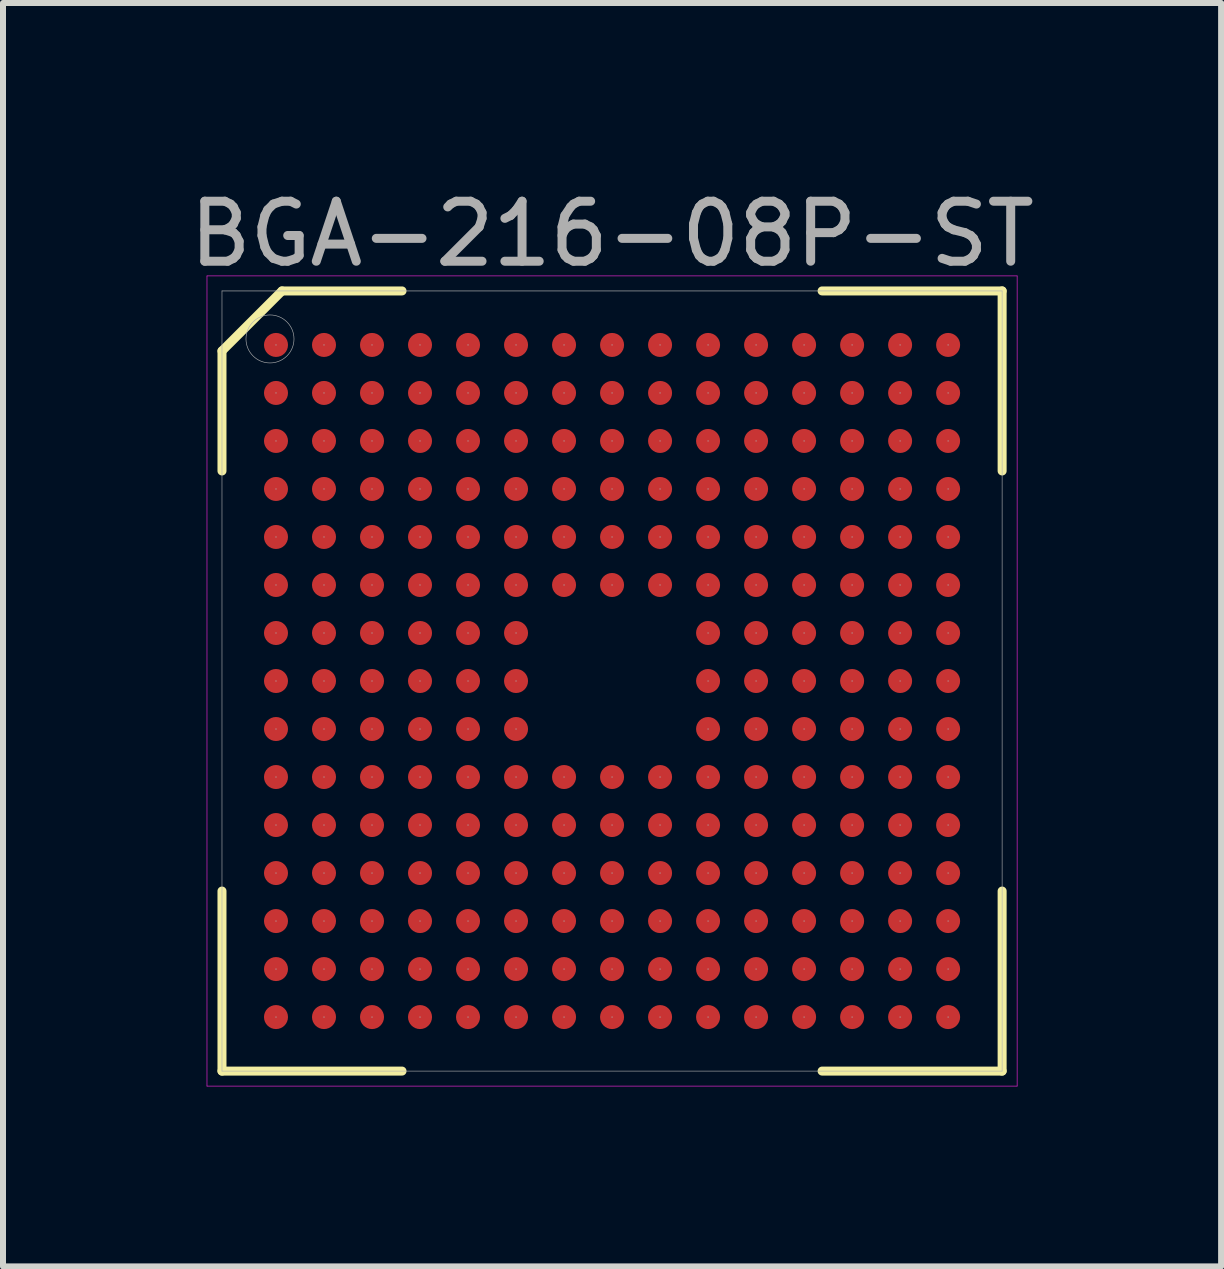
<source format=kicad_pcb>
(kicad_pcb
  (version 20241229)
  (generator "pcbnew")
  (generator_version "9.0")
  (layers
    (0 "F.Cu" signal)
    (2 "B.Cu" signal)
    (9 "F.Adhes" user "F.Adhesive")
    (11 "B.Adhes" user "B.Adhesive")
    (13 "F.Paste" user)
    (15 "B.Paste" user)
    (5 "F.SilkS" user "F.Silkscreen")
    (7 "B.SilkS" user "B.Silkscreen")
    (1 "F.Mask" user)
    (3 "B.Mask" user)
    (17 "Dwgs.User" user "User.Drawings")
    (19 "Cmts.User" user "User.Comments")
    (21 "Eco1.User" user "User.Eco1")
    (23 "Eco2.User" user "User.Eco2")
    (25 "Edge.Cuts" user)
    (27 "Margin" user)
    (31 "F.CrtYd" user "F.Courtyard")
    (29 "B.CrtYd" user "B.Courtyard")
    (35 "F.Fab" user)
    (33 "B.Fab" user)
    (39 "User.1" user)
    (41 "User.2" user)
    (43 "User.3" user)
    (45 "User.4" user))
  (footprint "BGA-216-08P-ST"
    (layer "F.Cu")
    (at 7.149 8.298)
    (property "Reference" "BGA-216-08P-ST" (at 0 -7.45 0) (layer "F.Fab") (effects (font (size 1 1) (thickness 0.15))))
    (attr through_hole)
    (fp_line (start -6.5 -5.5) (end -5.5 -6.5) (stroke (width 0.15) (type solid)) (layer "F.SilkS"))
    (fp_line (start -6.5 -3.5) (end -6.5 -5.5) (stroke (width 0.15) (type solid)) (layer "F.SilkS"))
    (fp_line (start -6.5 6.5) (end -6.5 3.5) (stroke (width 0.15) (type solid)) (layer "F.SilkS"))
    (fp_line (start -3.5 -6.5) (end -5.5 -6.5) (stroke (width 0.15) (type solid)) (layer "F.SilkS"))
    (fp_line (start -3.5 6.5) (end -6.5 6.5) (stroke (width 0.15) (type solid)) (layer "F.SilkS"))
    (fp_line (start 3.5 -6.5) (end 6.5 -6.5) (stroke (width 0.15) (type solid)) (layer "F.SilkS"))
    (fp_line (start 3.5 6.5) (end 6.5 6.5) (stroke (width 0.15) (type solid)) (layer "F.SilkS"))
    (fp_line (start 6.5 -6.5) (end 6.5 -3.5) (stroke (width 0.15) (type solid)) (layer "F.SilkS"))
    (fp_line (start 6.5 6.5) (end 6.5 3.5) (stroke (width 0.15) (type solid)) (layer "F.SilkS"))
    (fp_line (start -6.75 -6.75) (end 6.75 -6.75) (stroke (width 0.01) (type solid)) (layer "F.CrtYd"))
    (fp_line (start -6.75 6.75) (end -6.75 -6.75) (stroke (width 0.01) (type solid)) (layer "F.CrtYd"))
    (fp_line (start 6.75 -6.75) (end 6.75 6.75) (stroke (width 0.01) (type solid)) (layer "F.CrtYd"))
    (fp_line (start 6.75 6.75) (end -6.75 6.75) (stroke (width 0.01) (type solid)) (layer "F.CrtYd"))
    (fp_line (start -6.5 -6.5) (end 6.5 -6.5) (stroke (width 0.01) (type solid)) (layer "F.Fab"))
    (fp_line (start -6.5 6.5) (end -6.5 -6.5) (stroke (width 0.01) (type solid)) (layer "F.Fab"))
    (fp_line (start 6.5 -6.5) (end 6.5 6.5) (stroke (width 0.01) (type solid)) (layer "F.Fab"))
    (fp_line (start 6.5 6.5) (end -6.5 6.5) (stroke (width 0.01) (type solid)) (layer "F.Fab"))
    (fp_circle (center -5.7 -5.7) (end -5.7 -5.3) (stroke (width 0.01) (type solid)) (fill no) (layer "F.Fab"))
    (fp_circle (center -5.6 -5.6) (end -5.6 -5.6) (stroke (width 0.01) (type solid)) (fill no) (layer "F.Fab"))
    (fp_circle (center -5.6 -4.8) (end -5.6 -4.8) (stroke (width 0.01) (type solid)) (fill no) (layer "F.Fab"))
    (fp_circle (center -5.6 -4) (end -5.6 -4) (stroke (width 0.01) (type solid)) (fill no) (layer "F.Fab"))
    (fp_circle (center -5.6 -3.2) (end -5.6 -3.2) (stroke (width 0.01) (type solid)) (fill no) (layer "F.Fab"))
    (fp_circle (center -5.6 -2.4) (end -5.6 -2.4) (stroke (width 0.01) (type solid)) (fill no) (layer "F.Fab"))
    (fp_circle (center -5.6 -1.6) (end -5.6 -1.6) (stroke (width 0.01) (type solid)) (fill no) (layer "F.Fab"))
    (fp_circle (center -5.6 -0.8) (end -5.6 -0.8) (stroke (width 0.01) (type solid)) (fill no) (layer "F.Fab"))
    (fp_circle (center -5.6 0) (end -5.6 0) (stroke (width 0.01) (type solid)) (fill no) (layer "F.Fab"))
    (fp_circle (center -5.6 0.8) (end -5.6 0.8) (stroke (width 0.01) (type solid)) (fill no) (layer "F.Fab"))
    (fp_circle (center -5.6 1.6) (end -5.6 1.6) (stroke (width 0.01) (type solid)) (fill no) (layer "F.Fab"))
    (fp_circle (center -5.6 2.4) (end -5.6 2.4) (stroke (width 0.01) (type solid)) (fill no) (layer "F.Fab"))
    (fp_circle (center -5.6 3.2) (end -5.6 3.2) (stroke (width 0.01) (type solid)) (fill no) (layer "F.Fab"))
    (fp_circle (center -5.6 4) (end -5.6 4) (stroke (width 0.01) (type solid)) (fill no) (layer "F.Fab"))
    (fp_circle (center -5.6 4.8) (end -5.6 4.8) (stroke (width 0.01) (type solid)) (fill no) (layer "F.Fab"))
    (fp_circle (center -5.6 5.6) (end -5.6 5.6) (stroke (width 0.01) (type solid)) (fill no) (layer "F.Fab"))
    (fp_circle (center -4.8 -5.6) (end -4.8 -5.6) (stroke (width 0.01) (type solid)) (fill no) (layer "F.Fab"))
    (fp_circle (center -4.8 -4.8) (end -4.8 -4.8) (stroke (width 0.01) (type solid)) (fill no) (layer "F.Fab"))
    (fp_circle (center -4.8 -4) (end -4.8 -4) (stroke (width 0.01) (type solid)) (fill no) (layer "F.Fab"))
    (fp_circle (center -4.8 -3.2) (end -4.8 -3.2) (stroke (width 0.01) (type solid)) (fill no) (layer "F.Fab"))
    (fp_circle (center -4.8 -2.4) (end -4.8 -2.4) (stroke (width 0.01) (type solid)) (fill no) (layer "F.Fab"))
    (fp_circle (center -4.8 -1.6) (end -4.8 -1.6) (stroke (width 0.01) (type solid)) (fill no) (layer "F.Fab"))
    (fp_circle (center -4.8 -0.8) (end -4.8 -0.8) (stroke (width 0.01) (type solid)) (fill no) (layer "F.Fab"))
    (fp_circle (center -4.8 0) (end -4.8 0) (stroke (width 0.01) (type solid)) (fill no) (layer "F.Fab"))
    (fp_circle (center -4.8 0.8) (end -4.8 0.8) (stroke (width 0.01) (type solid)) (fill no) (layer "F.Fab"))
    (fp_circle (center -4.8 1.6) (end -4.8 1.6) (stroke (width 0.01) (type solid)) (fill no) (layer "F.Fab"))
    (fp_circle (center -4.8 2.4) (end -4.8 2.4) (stroke (width 0.01) (type solid)) (fill no) (layer "F.Fab"))
    (fp_circle (center -4.8 3.2) (end -4.8 3.2) (stroke (width 0.01) (type solid)) (fill no) (layer "F.Fab"))
    (fp_circle (center -4.8 4) (end -4.8 4) (stroke (width 0.01) (type solid)) (fill no) (layer "F.Fab"))
    (fp_circle (center -4.8 4.8) (end -4.8 4.8) (stroke (width 0.01) (type solid)) (fill no) (layer "F.Fab"))
    (fp_circle (center -4.8 5.6) (end -4.8 5.6) (stroke (width 0.01) (type solid)) (fill no) (layer "F.Fab"))
    (fp_circle (center -4 -5.6) (end -4 -5.6) (stroke (width 0.01) (type solid)) (fill no) (layer "F.Fab"))
    (fp_circle (center -4 -4.8) (end -4 -4.8) (stroke (width 0.01) (type solid)) (fill no) (layer "F.Fab"))
    (fp_circle (center -4 -4) (end -4 -4) (stroke (width 0.01) (type solid)) (fill no) (layer "F.Fab"))
    (fp_circle (center -4 -3.2) (end -4 -3.2) (stroke (width 0.01) (type solid)) (fill no) (layer "F.Fab"))
    (fp_circle (center -4 -2.4) (end -4 -2.4) (stroke (width 0.01) (type solid)) (fill no) (layer "F.Fab"))
    (fp_circle (center -4 -1.6) (end -4 -1.6) (stroke (width 0.01) (type solid)) (fill no) (layer "F.Fab"))
    (fp_circle (center -4 -0.8) (end -4 -0.8) (stroke (width 0.01) (type solid)) (fill no) (layer "F.Fab"))
    (fp_circle (center -4 0) (end -4 0) (stroke (width 0.01) (type solid)) (fill no) (layer "F.Fab"))
    (fp_circle (center -4 0.8) (end -4 0.8) (stroke (width 0.01) (type solid)) (fill no) (layer "F.Fab"))
    (fp_circle (center -4 1.6) (end -4 1.6) (stroke (width 0.01) (type solid)) (fill no) (layer "F.Fab"))
    (fp_circle (center -4 2.4) (end -4 2.4) (stroke (width 0.01) (type solid)) (fill no) (layer "F.Fab"))
    (fp_circle (center -4 3.2) (end -4 3.2) (stroke (width 0.01) (type solid)) (fill no) (layer "F.Fab"))
    (fp_circle (center -4 4) (end -4 4) (stroke (width 0.01) (type solid)) (fill no) (layer "F.Fab"))
    (fp_circle (center -4 4.8) (end -4 4.8) (stroke (width 0.01) (type solid)) (fill no) (layer "F.Fab"))
    (fp_circle (center -4 5.6) (end -4 5.6) (stroke (width 0.01) (type solid)) (fill no) (layer "F.Fab"))
    (fp_circle (center -3.2 -5.6) (end -3.2 -5.6) (stroke (width 0.01) (type solid)) (fill no) (layer "F.Fab"))
    (fp_circle (center -3.2 -4.8) (end -3.2 -4.8) (stroke (width 0.01) (type solid)) (fill no) (layer "F.Fab"))
    (fp_circle (center -3.2 -4) (end -3.2 -4) (stroke (width 0.01) (type solid)) (fill no) (layer "F.Fab"))
    (fp_circle (center -3.2 -3.2) (end -3.2 -3.2) (stroke (width 0.01) (type solid)) (fill no) (layer "F.Fab"))
    (fp_circle (center -3.2 -2.4) (end -3.2 -2.4) (stroke (width 0.01) (type solid)) (fill no) (layer "F.Fab"))
    (fp_circle (center -3.2 -1.6) (end -3.2 -1.6) (stroke (width 0.01) (type solid)) (fill no) (layer "F.Fab"))
    (fp_circle (center -3.2 -0.8) (end -3.2 -0.8) (stroke (width 0.01) (type solid)) (fill no) (layer "F.Fab"))
    (fp_circle (center -3.2 0) (end -3.2 0) (stroke (width 0.01) (type solid)) (fill no) (layer "F.Fab"))
    (fp_circle (center -3.2 0.8) (end -3.2 0.8) (stroke (width 0.01) (type solid)) (fill no) (layer "F.Fab"))
    (fp_circle (center -3.2 1.6) (end -3.2 1.6) (stroke (width 0.01) (type solid)) (fill no) (layer "F.Fab"))
    (fp_circle (center -3.2 2.4) (end -3.2 2.4) (stroke (width 0.01) (type solid)) (fill no) (layer "F.Fab"))
    (fp_circle (center -3.2 3.2) (end -3.2 3.2) (stroke (width 0.01) (type solid)) (fill no) (layer "F.Fab"))
    (fp_circle (center -3.2 4) (end -3.2 4) (stroke (width 0.01) (type solid)) (fill no) (layer "F.Fab"))
    (fp_circle (center -3.2 4.8) (end -3.2 4.8) (stroke (width 0.01) (type solid)) (fill no) (layer "F.Fab"))
    (fp_circle (center -3.2 5.6) (end -3.2 5.6) (stroke (width 0.01) (type solid)) (fill no) (layer "F.Fab"))
    (fp_circle (center -2.4 -5.6) (end -2.4 -5.6) (stroke (width 0.01) (type solid)) (fill no) (layer "F.Fab"))
    (fp_circle (center -2.4 -4.8) (end -2.4 -4.8) (stroke (width 0.01) (type solid)) (fill no) (layer "F.Fab"))
    (fp_circle (center -2.4 -4) (end -2.4 -4) (stroke (width 0.01) (type solid)) (fill no) (layer "F.Fab"))
    (fp_circle (center -2.4 -3.2) (end -2.4 -3.2) (stroke (width 0.01) (type solid)) (fill no) (layer "F.Fab"))
    (fp_circle (center -2.4 -2.4) (end -2.4 -2.4) (stroke (width 0.01) (type solid)) (fill no) (layer "F.Fab"))
    (fp_circle (center -2.4 -1.6) (end -2.4 -1.6) (stroke (width 0.01) (type solid)) (fill no) (layer "F.Fab"))
    (fp_circle (center -2.4 -0.8) (end -2.4 -0.8) (stroke (width 0.01) (type solid)) (fill no) (layer "F.Fab"))
    (fp_circle (center -2.4 0) (end -2.4 0) (stroke (width 0.01) (type solid)) (fill no) (layer "F.Fab"))
    (fp_circle (center -2.4 0.8) (end -2.4 0.8) (stroke (width 0.01) (type solid)) (fill no) (layer "F.Fab"))
    (fp_circle (center -2.4 1.6) (end -2.4 1.6) (stroke (width 0.01) (type solid)) (fill no) (layer "F.Fab"))
    (fp_circle (center -2.4 2.4) (end -2.4 2.4) (stroke (width 0.01) (type solid)) (fill no) (layer "F.Fab"))
    (fp_circle (center -2.4 3.2) (end -2.4 3.2) (stroke (width 0.01) (type solid)) (fill no) (layer "F.Fab"))
    (fp_circle (center -2.4 4) (end -2.4 4) (stroke (width 0.01) (type solid)) (fill no) (layer "F.Fab"))
    (fp_circle (center -2.4 4.8) (end -2.4 4.8) (stroke (width 0.01) (type solid)) (fill no) (layer "F.Fab"))
    (fp_circle (center -2.4 5.6) (end -2.4 5.6) (stroke (width 0.01) (type solid)) (fill no) (layer "F.Fab"))
    (fp_circle (center -1.6 -5.6) (end -1.6 -5.6) (stroke (width 0.01) (type solid)) (fill no) (layer "F.Fab"))
    (fp_circle (center -1.6 -4.8) (end -1.6 -4.8) (stroke (width 0.01) (type solid)) (fill no) (layer "F.Fab"))
    (fp_circle (center -1.6 -4) (end -1.6 -4) (stroke (width 0.01) (type solid)) (fill no) (layer "F.Fab"))
    (fp_circle (center -1.6 -3.2) (end -1.6 -3.2) (stroke (width 0.01) (type solid)) (fill no) (layer "F.Fab"))
    (fp_circle (center -1.6 -2.4) (end -1.6 -2.4) (stroke (width 0.01) (type solid)) (fill no) (layer "F.Fab"))
    (fp_circle (center -1.6 -1.6) (end -1.6 -1.6) (stroke (width 0.01) (type solid)) (fill no) (layer "F.Fab"))
    (fp_circle (center -1.6 -0.8) (end -1.6 -0.8) (stroke (width 0.01) (type solid)) (fill no) (layer "F.Fab"))
    (fp_circle (center -1.6 0) (end -1.6 0) (stroke (width 0.01) (type solid)) (fill no) (layer "F.Fab"))
    (fp_circle (center -1.6 0.8) (end -1.6 0.8) (stroke (width 0.01) (type solid)) (fill no) (layer "F.Fab"))
    (fp_circle (center -1.6 1.6) (end -1.6 1.6) (stroke (width 0.01) (type solid)) (fill no) (layer "F.Fab"))
    (fp_circle (center -1.6 2.4) (end -1.6 2.4) (stroke (width 0.01) (type solid)) (fill no) (layer "F.Fab"))
    (fp_circle (center -1.6 3.2) (end -1.6 3.2) (stroke (width 0.01) (type solid)) (fill no) (layer "F.Fab"))
    (fp_circle (center -1.6 4) (end -1.6 4) (stroke (width 0.01) (type solid)) (fill no) (layer "F.Fab"))
    (fp_circle (center -1.6 4.8) (end -1.6 4.8) (stroke (width 0.01) (type solid)) (fill no) (layer "F.Fab"))
    (fp_circle (center -1.6 5.6) (end -1.6 5.6) (stroke (width 0.01) (type solid)) (fill no) (layer "F.Fab"))
    (fp_circle (center -0.8 -5.6) (end -0.8 -5.6) (stroke (width 0.01) (type solid)) (fill no) (layer "F.Fab"))
    (fp_circle (center -0.8 -4.8) (end -0.8 -4.8) (stroke (width 0.01) (type solid)) (fill no) (layer "F.Fab"))
    (fp_circle (center -0.8 -4) (end -0.8 -4) (stroke (width 0.01) (type solid)) (fill no) (layer "F.Fab"))
    (fp_circle (center -0.8 -3.2) (end -0.8 -3.2) (stroke (width 0.01) (type solid)) (fill no) (layer "F.Fab"))
    (fp_circle (center -0.8 -2.4) (end -0.8 -2.4) (stroke (width 0.01) (type solid)) (fill no) (layer "F.Fab"))
    (fp_circle (center -0.8 -1.6) (end -0.8 -1.6) (stroke (width 0.01) (type solid)) (fill no) (layer "F.Fab"))
    (fp_circle (center -0.8 1.6) (end -0.8 1.6) (stroke (width 0.01) (type solid)) (fill no) (layer "F.Fab"))
    (fp_circle (center -0.8 2.4) (end -0.8 2.4) (stroke (width 0.01) (type solid)) (fill no) (layer "F.Fab"))
    (fp_circle (center -0.8 3.2) (end -0.8 3.2) (stroke (width 0.01) (type solid)) (fill no) (layer "F.Fab"))
    (fp_circle (center -0.8 4) (end -0.8 4) (stroke (width 0.01) (type solid)) (fill no) (layer "F.Fab"))
    (fp_circle (center -0.8 4.8) (end -0.8 4.8) (stroke (width 0.01) (type solid)) (fill no) (layer "F.Fab"))
    (fp_circle (center -0.8 5.6) (end -0.8 5.6) (stroke (width 0.01) (type solid)) (fill no) (layer "F.Fab"))
    (fp_circle (center 0 -5.6) (end 0 -5.6) (stroke (width 0.01) (type solid)) (fill no) (layer "F.Fab"))
    (fp_circle (center 0 -4.8) (end 0 -4.8) (stroke (width 0.01) (type solid)) (fill no) (layer "F.Fab"))
    (fp_circle (center 0 -4) (end 0 -4) (stroke (width 0.01) (type solid)) (fill no) (layer "F.Fab"))
    (fp_circle (center 0 -3.2) (end 0 -3.2) (stroke (width 0.01) (type solid)) (fill no) (layer "F.Fab"))
    (fp_circle (center 0 -2.4) (end 0 -2.4) (stroke (width 0.01) (type solid)) (fill no) (layer "F.Fab"))
    (fp_circle (center 0 -1.6) (end 0 -1.6) (stroke (width 0.01) (type solid)) (fill no) (layer "F.Fab"))
    (fp_circle (center 0 1.6) (end 0 1.6) (stroke (width 0.01) (type solid)) (fill no) (layer "F.Fab"))
    (fp_circle (center 0 2.4) (end 0 2.4) (stroke (width 0.01) (type solid)) (fill no) (layer "F.Fab"))
    (fp_circle (center 0 3.2) (end 0 3.2) (stroke (width 0.01) (type solid)) (fill no) (layer "F.Fab"))
    (fp_circle (center 0 4) (end 0 4) (stroke (width 0.01) (type solid)) (fill no) (layer "F.Fab"))
    (fp_circle (center 0 4.8) (end 0 4.8) (stroke (width 0.01) (type solid)) (fill no) (layer "F.Fab"))
    (fp_circle (center 0 5.6) (end 0 5.6) (stroke (width 0.01) (type solid)) (fill no) (layer "F.Fab"))
    (fp_circle (center 0.8 -5.6) (end 0.8 -5.6) (stroke (width 0.01) (type solid)) (fill no) (layer "F.Fab"))
    (fp_circle (center 0.8 -4.8) (end 0.8 -4.8) (stroke (width 0.01) (type solid)) (fill no) (layer "F.Fab"))
    (fp_circle (center 0.8 -4) (end 0.8 -4) (stroke (width 0.01) (type solid)) (fill no) (layer "F.Fab"))
    (fp_circle (center 0.8 -3.2) (end 0.8 -3.2) (stroke (width 0.01) (type solid)) (fill no) (layer "F.Fab"))
    (fp_circle (center 0.8 -2.4) (end 0.8 -2.4) (stroke (width 0.01) (type solid)) (fill no) (layer "F.Fab"))
    (fp_circle (center 0.8 -1.6) (end 0.8 -1.6) (stroke (width 0.01) (type solid)) (fill no) (layer "F.Fab"))
    (fp_circle (center 0.8 1.6) (end 0.8 1.6) (stroke (width 0.01) (type solid)) (fill no) (layer "F.Fab"))
    (fp_circle (center 0.8 2.4) (end 0.8 2.4) (stroke (width 0.01) (type solid)) (fill no) (layer "F.Fab"))
    (fp_circle (center 0.8 3.2) (end 0.8 3.2) (stroke (width 0.01) (type solid)) (fill no) (layer "F.Fab"))
    (fp_circle (center 0.8 4) (end 0.8 4) (stroke (width 0.01) (type solid)) (fill no) (layer "F.Fab"))
    (fp_circle (center 0.8 4.8) (end 0.8 4.8) (stroke (width 0.01) (type solid)) (fill no) (layer "F.Fab"))
    (fp_circle (center 0.8 5.6) (end 0.8 5.6) (stroke (width 0.01) (type solid)) (fill no) (layer "F.Fab"))
    (fp_circle (center 1.6 -5.6) (end 1.6 -5.6) (stroke (width 0.01) (type solid)) (fill no) (layer "F.Fab"))
    (fp_circle (center 1.6 -4.8) (end 1.6 -4.8) (stroke (width 0.01) (type solid)) (fill no) (layer "F.Fab"))
    (fp_circle (center 1.6 -4) (end 1.6 -4) (stroke (width 0.01) (type solid)) (fill no) (layer "F.Fab"))
    (fp_circle (center 1.6 -3.2) (end 1.6 -3.2) (stroke (width 0.01) (type solid)) (fill no) (layer "F.Fab"))
    (fp_circle (center 1.6 -2.4) (end 1.6 -2.4) (stroke (width 0.01) (type solid)) (fill no) (layer "F.Fab"))
    (fp_circle (center 1.6 -1.6) (end 1.6 -1.6) (stroke (width 0.01) (type solid)) (fill no) (layer "F.Fab"))
    (fp_circle (center 1.6 -0.8) (end 1.6 -0.8) (stroke (width 0.01) (type solid)) (fill no) (layer "F.Fab"))
    (fp_circle (center 1.6 0) (end 1.6 0) (stroke (width 0.01) (type solid)) (fill no) (layer "F.Fab"))
    (fp_circle (center 1.6 0.8) (end 1.6 0.8) (stroke (width 0.01) (type solid)) (fill no) (layer "F.Fab"))
    (fp_circle (center 1.6 1.6) (end 1.6 1.6) (stroke (width 0.01) (type solid)) (fill no) (layer "F.Fab"))
    (fp_circle (center 1.6 2.4) (end 1.6 2.4) (stroke (width 0.01) (type solid)) (fill no) (layer "F.Fab"))
    (fp_circle (center 1.6 3.2) (end 1.6 3.2) (stroke (width 0.01) (type solid)) (fill no) (layer "F.Fab"))
    (fp_circle (center 1.6 4) (end 1.6 4) (stroke (width 0.01) (type solid)) (fill no) (layer "F.Fab"))
    (fp_circle (center 1.6 4.8) (end 1.6 4.8) (stroke (width 0.01) (type solid)) (fill no) (layer "F.Fab"))
    (fp_circle (center 1.6 5.6) (end 1.6 5.6) (stroke (width 0.01) (type solid)) (fill no) (layer "F.Fab"))
    (fp_circle (center 2.4 -5.6) (end 2.4 -5.6) (stroke (width 0.01) (type solid)) (fill no) (layer "F.Fab"))
    (fp_circle (center 2.4 -4.8) (end 2.4 -4.8) (stroke (width 0.01) (type solid)) (fill no) (layer "F.Fab"))
    (fp_circle (center 2.4 -4) (end 2.4 -4) (stroke (width 0.01) (type solid)) (fill no) (layer "F.Fab"))
    (fp_circle (center 2.4 -3.2) (end 2.4 -3.2) (stroke (width 0.01) (type solid)) (fill no) (layer "F.Fab"))
    (fp_circle (center 2.4 -2.4) (end 2.4 -2.4) (stroke (width 0.01) (type solid)) (fill no) (layer "F.Fab"))
    (fp_circle (center 2.4 -1.6) (end 2.4 -1.6) (stroke (width 0.01) (type solid)) (fill no) (layer "F.Fab"))
    (fp_circle (center 2.4 -0.8) (end 2.4 -0.8) (stroke (width 0.01) (type solid)) (fill no) (layer "F.Fab"))
    (fp_circle (center 2.4 0) (end 2.4 0) (stroke (width 0.01) (type solid)) (fill no) (layer "F.Fab"))
    (fp_circle (center 2.4 0.8) (end 2.4 0.8) (stroke (width 0.01) (type solid)) (fill no) (layer "F.Fab"))
    (fp_circle (center 2.4 1.6) (end 2.4 1.6) (stroke (width 0.01) (type solid)) (fill no) (layer "F.Fab"))
    (fp_circle (center 2.4 2.4) (end 2.4 2.4) (stroke (width 0.01) (type solid)) (fill no) (layer "F.Fab"))
    (fp_circle (center 2.4 3.2) (end 2.4 3.2) (stroke (width 0.01) (type solid)) (fill no) (layer "F.Fab"))
    (fp_circle (center 2.4 4) (end 2.4 4) (stroke (width 0.01) (type solid)) (fill no) (layer "F.Fab"))
    (fp_circle (center 2.4 4.8) (end 2.4 4.8) (stroke (width 0.01) (type solid)) (fill no) (layer "F.Fab"))
    (fp_circle (center 2.4 5.6) (end 2.4 5.6) (stroke (width 0.01) (type solid)) (fill no) (layer "F.Fab"))
    (fp_circle (center 3.2 -5.6) (end 3.2 -5.6) (stroke (width 0.01) (type solid)) (fill no) (layer "F.Fab"))
    (fp_circle (center 3.2 -4.8) (end 3.2 -4.8) (stroke (width 0.01) (type solid)) (fill no) (layer "F.Fab"))
    (fp_circle (center 3.2 -4) (end 3.2 -4) (stroke (width 0.01) (type solid)) (fill no) (layer "F.Fab"))
    (fp_circle (center 3.2 -3.2) (end 3.2 -3.2) (stroke (width 0.01) (type solid)) (fill no) (layer "F.Fab"))
    (fp_circle (center 3.2 -2.4) (end 3.2 -2.4) (stroke (width 0.01) (type solid)) (fill no) (layer "F.Fab"))
    (fp_circle (center 3.2 -1.6) (end 3.2 -1.6) (stroke (width 0.01) (type solid)) (fill no) (layer "F.Fab"))
    (fp_circle (center 3.2 -0.8) (end 3.2 -0.8) (stroke (width 0.01) (type solid)) (fill no) (layer "F.Fab"))
    (fp_circle (center 3.2 0) (end 3.2 0) (stroke (width 0.01) (type solid)) (fill no) (layer "F.Fab"))
    (fp_circle (center 3.2 0.8) (end 3.2 0.8) (stroke (width 0.01) (type solid)) (fill no) (layer "F.Fab"))
    (fp_circle (center 3.2 1.6) (end 3.2 1.6) (stroke (width 0.01) (type solid)) (fill no) (layer "F.Fab"))
    (fp_circle (center 3.2 2.4) (end 3.2 2.4) (stroke (width 0.01) (type solid)) (fill no) (layer "F.Fab"))
    (fp_circle (center 3.2 3.2) (end 3.2 3.2) (stroke (width 0.01) (type solid)) (fill no) (layer "F.Fab"))
    (fp_circle (center 3.2 4) (end 3.2 4) (stroke (width 0.01) (type solid)) (fill no) (layer "F.Fab"))
    (fp_circle (center 3.2 4.8) (end 3.2 4.8) (stroke (width 0.01) (type solid)) (fill no) (layer "F.Fab"))
    (fp_circle (center 3.2 5.6) (end 3.2 5.6) (stroke (width 0.01) (type solid)) (fill no) (layer "F.Fab"))
    (fp_circle (center 4 -5.6) (end 4 -5.6) (stroke (width 0.01) (type solid)) (fill no) (layer "F.Fab"))
    (fp_circle (center 4 -4.8) (end 4 -4.8) (stroke (width 0.01) (type solid)) (fill no) (layer "F.Fab"))
    (fp_circle (center 4 -4) (end 4 -4) (stroke (width 0.01) (type solid)) (fill no) (layer "F.Fab"))
    (fp_circle (center 4 -3.2) (end 4 -3.2) (stroke (width 0.01) (type solid)) (fill no) (layer "F.Fab"))
    (fp_circle (center 4 -2.4) (end 4 -2.4) (stroke (width 0.01) (type solid)) (fill no) (layer "F.Fab"))
    (fp_circle (center 4 -1.6) (end 4 -1.6) (stroke (width 0.01) (type solid)) (fill no) (layer "F.Fab"))
    (fp_circle (center 4 -0.8) (end 4 -0.8) (stroke (width 0.01) (type solid)) (fill no) (layer "F.Fab"))
    (fp_circle (center 4 0) (end 4 0) (stroke (width 0.01) (type solid)) (fill no) (layer "F.Fab"))
    (fp_circle (center 4 0.8) (end 4 0.8) (stroke (width 0.01) (type solid)) (fill no) (layer "F.Fab"))
    (fp_circle (center 4 1.6) (end 4 1.6) (stroke (width 0.01) (type solid)) (fill no) (layer "F.Fab"))
    (fp_circle (center 4 2.4) (end 4 2.4) (stroke (width 0.01) (type solid)) (fill no) (layer "F.Fab"))
    (fp_circle (center 4 3.2) (end 4 3.2) (stroke (width 0.01) (type solid)) (fill no) (layer "F.Fab"))
    (fp_circle (center 4 4) (end 4 4) (stroke (width 0.01) (type solid)) (fill no) (layer "F.Fab"))
    (fp_circle (center 4 4.8) (end 4 4.8) (stroke (width 0.01) (type solid)) (fill no) (layer "F.Fab"))
    (fp_circle (center 4 5.6) (end 4 5.6) (stroke (width 0.01) (type solid)) (fill no) (layer "F.Fab"))
    (fp_circle (center 4.8 -5.6) (end 4.8 -5.6) (stroke (width 0.01) (type solid)) (fill no) (layer "F.Fab"))
    (fp_circle (center 4.8 -4.8) (end 4.8 -4.8) (stroke (width 0.01) (type solid)) (fill no) (layer "F.Fab"))
    (fp_circle (center 4.8 -4) (end 4.8 -4) (stroke (width 0.01) (type solid)) (fill no) (layer "F.Fab"))
    (fp_circle (center 4.8 -3.2) (end 4.8 -3.2) (stroke (width 0.01) (type solid)) (fill no) (layer "F.Fab"))
    (fp_circle (center 4.8 -2.4) (end 4.8 -2.4) (stroke (width 0.01) (type solid)) (fill no) (layer "F.Fab"))
    (fp_circle (center 4.8 -1.6) (end 4.8 -1.6) (stroke (width 0.01) (type solid)) (fill no) (layer "F.Fab"))
    (fp_circle (center 4.8 -0.8) (end 4.8 -0.8) (stroke (width 0.01) (type solid)) (fill no) (layer "F.Fab"))
    (fp_circle (center 4.8 0) (end 4.8 0) (stroke (width 0.01) (type solid)) (fill no) (layer "F.Fab"))
    (fp_circle (center 4.8 0.8) (end 4.8 0.8) (stroke (width 0.01) (type solid)) (fill no) (layer "F.Fab"))
    (fp_circle (center 4.8 1.6) (end 4.8 1.6) (stroke (width 0.01) (type solid)) (fill no) (layer "F.Fab"))
    (fp_circle (center 4.8 2.4) (end 4.8 2.4) (stroke (width 0.01) (type solid)) (fill no) (layer "F.Fab"))
    (fp_circle (center 4.8 3.2) (end 4.8 3.2) (stroke (width 0.01) (type solid)) (fill no) (layer "F.Fab"))
    (fp_circle (center 4.8 4) (end 4.8 4) (stroke (width 0.01) (type solid)) (fill no) (layer "F.Fab"))
    (fp_circle (center 4.8 4.8) (end 4.8 4.8) (stroke (width 0.01) (type solid)) (fill no) (layer "F.Fab"))
    (fp_circle (center 4.8 5.6) (end 4.8 5.6) (stroke (width 0.01) (type solid)) (fill no) (layer "F.Fab"))
    (fp_circle (center 5.6 -5.6) (end 5.6 -5.6) (stroke (width 0.01) (type solid)) (fill no) (layer "F.Fab"))
    (fp_circle (center 5.6 -4.8) (end 5.6 -4.8) (stroke (width 0.01) (type solid)) (fill no) (layer "F.Fab"))
    (fp_circle (center 5.6 -4) (end 5.6 -4) (stroke (width 0.01) (type solid)) (fill no) (layer "F.Fab"))
    (fp_circle (center 5.6 -3.2) (end 5.6 -3.2) (stroke (width 0.01) (type solid)) (fill no) (layer "F.Fab"))
    (fp_circle (center 5.6 -2.4) (end 5.6 -2.4) (stroke (width 0.01) (type solid)) (fill no) (layer "F.Fab"))
    (fp_circle (center 5.6 -1.6) (end 5.6 -1.6) (stroke (width 0.01) (type solid)) (fill no) (layer "F.Fab"))
    (fp_circle (center 5.6 -0.8) (end 5.6 -0.8) (stroke (width 0.01) (type solid)) (fill no) (layer "F.Fab"))
    (fp_circle (center 5.6 0) (end 5.6 0) (stroke (width 0.01) (type solid)) (fill no) (layer "F.Fab"))
    (fp_circle (center 5.6 0.8) (end 5.6 0.8) (stroke (width 0.01) (type solid)) (fill no) (layer "F.Fab"))
    (fp_circle (center 5.6 1.6) (end 5.6 1.6) (stroke (width 0.01) (type solid)) (fill no) (layer "F.Fab"))
    (fp_circle (center 5.6 2.4) (end 5.6 2.4) (stroke (width 0.01) (type solid)) (fill no) (layer "F.Fab"))
    (fp_circle (center 5.6 3.2) (end 5.6 3.2) (stroke (width 0.01) (type solid)) (fill no) (layer "F.Fab"))
    (fp_circle (center 5.6 4) (end 5.6 4) (stroke (width 0.01) (type solid)) (fill no) (layer "F.Fab"))
    (fp_circle (center 5.6 4.8) (end 5.6 4.8) (stroke (width 0.01) (type solid)) (fill no) (layer "F.Fab"))
    (fp_circle (center 5.6 5.6) (end 5.6 5.6) (stroke (width 0.01) (type solid)) (fill no) (layer "F.Fab"))
    (pad "A1" smd circle (at -5.6 -5.6) (size 0.4 0.4) (layers "F.Cu" "F.Mask" "F.Paste"))
    (pad "A2" smd circle (at -4.8 -5.6) (size 0.4 0.4) (layers "F.Cu" "F.Mask" "F.Paste"))
    (pad "A3" smd circle (at -4 -5.6) (size 0.4 0.4) (layers "F.Cu" "F.Mask" "F.Paste"))
    (pad "A4" smd circle (at -3.2 -5.6) (size 0.4 0.4) (layers "F.Cu" "F.Mask" "F.Paste"))
    (pad "A5" smd circle (at -2.4 -5.6) (size 0.4 0.4) (layers "F.Cu" "F.Mask" "F.Paste"))
    (pad "A6" smd circle (at -1.6 -5.6) (size 0.4 0.4) (layers "F.Cu" "F.Mask" "F.Paste"))
    (pad "A7" smd circle (at -0.8 -5.6) (size 0.4 0.4) (layers "F.Cu" "F.Mask" "F.Paste"))
    (pad "A8" smd circle (at 0 -5.6) (size 0.4 0.4) (layers "F.Cu" "F.Mask" "F.Paste"))
    (pad "A9" smd circle (at 0.8 -5.6) (size 0.4 0.4) (layers "F.Cu" "F.Mask" "F.Paste"))
    (pad "A10" smd circle (at 1.6 -5.6) (size 0.4 0.4) (layers "F.Cu" "F.Mask" "F.Paste"))
    (pad "A11" smd circle (at 2.4 -5.6) (size 0.4 0.4) (layers "F.Cu" "F.Mask" "F.Paste"))
    (pad "A12" smd circle (at 3.2 -5.6) (size 0.4 0.4) (layers "F.Cu" "F.Mask" "F.Paste"))
    (pad "A13" smd circle (at 4 -5.6) (size 0.4 0.4) (layers "F.Cu" "F.Mask" "F.Paste"))
    (pad "A14" smd circle (at 4.8 -5.6) (size 0.4 0.4) (layers "F.Cu" "F.Mask" "F.Paste"))
    (pad "A15" smd circle (at 5.6 -5.6) (size 0.4 0.4) (layers "F.Cu" "F.Mask" "F.Paste"))
    (pad "B1" smd circle (at -5.6 -4.8) (size 0.4 0.4) (layers "F.Cu" "F.Mask" "F.Paste"))
    (pad "B2" smd circle (at -4.8 -4.8) (size 0.4 0.4) (layers "F.Cu" "F.Mask" "F.Paste"))
    (pad "B3" smd circle (at -4 -4.8) (size 0.4 0.4) (layers "F.Cu" "F.Mask" "F.Paste"))
    (pad "B4" smd circle (at -3.2 -4.8) (size 0.4 0.4) (layers "F.Cu" "F.Mask" "F.Paste"))
    (pad "B5" smd circle (at -2.4 -4.8) (size 0.4 0.4) (layers "F.Cu" "F.Mask" "F.Paste"))
    (pad "B6" smd circle (at -1.6 -4.8) (size 0.4 0.4) (layers "F.Cu" "F.Mask" "F.Paste"))
    (pad "B7" smd circle (at -0.8 -4.8) (size 0.4 0.4) (layers "F.Cu" "F.Mask" "F.Paste"))
    (pad "B8" smd circle (at 0 -4.8) (size 0.4 0.4) (layers "F.Cu" "F.Mask" "F.Paste"))
    (pad "B9" smd circle (at 0.8 -4.8) (size 0.4 0.4) (layers "F.Cu" "F.Mask" "F.Paste"))
    (pad "B10" smd circle (at 1.6 -4.8) (size 0.4 0.4) (layers "F.Cu" "F.Mask" "F.Paste"))
    (pad "B11" smd circle (at 2.4 -4.8) (size 0.4 0.4) (layers "F.Cu" "F.Mask" "F.Paste"))
    (pad "B12" smd circle (at 3.2 -4.8) (size 0.4 0.4) (layers "F.Cu" "F.Mask" "F.Paste"))
    (pad "B13" smd circle (at 4 -4.8) (size 0.4 0.4) (layers "F.Cu" "F.Mask" "F.Paste"))
    (pad "B14" smd circle (at 4.8 -4.8) (size 0.4 0.4) (layers "F.Cu" "F.Mask" "F.Paste"))
    (pad "B15" smd circle (at 5.6 -4.8) (size 0.4 0.4) (layers "F.Cu" "F.Mask" "F.Paste"))
    (pad "C1" smd circle (at -5.6 -4) (size 0.4 0.4) (layers "F.Cu" "F.Mask" "F.Paste"))
    (pad "C2" smd circle (at -4.8 -4) (size 0.4 0.4) (layers "F.Cu" "F.Mask" "F.Paste"))
    (pad "C3" smd circle (at -4 -4) (size 0.4 0.4) (layers "F.Cu" "F.Mask" "F.Paste"))
    (pad "C4" smd circle (at -3.2 -4) (size 0.4 0.4) (layers "F.Cu" "F.Mask" "F.Paste"))
    (pad "C5" smd circle (at -2.4 -4) (size 0.4 0.4) (layers "F.Cu" "F.Mask" "F.Paste"))
    (pad "C6" smd circle (at -1.6 -4) (size 0.4 0.4) (layers "F.Cu" "F.Mask" "F.Paste"))
    (pad "C7" smd circle (at -0.8 -4) (size 0.4 0.4) (layers "F.Cu" "F.Mask" "F.Paste"))
    (pad "C8" smd circle (at 0 -4) (size 0.4 0.4) (layers "F.Cu" "F.Mask" "F.Paste"))
    (pad "C9" smd circle (at 0.8 -4) (size 0.4 0.4) (layers "F.Cu" "F.Mask" "F.Paste"))
    (pad "C10" smd circle (at 1.6 -4) (size 0.4 0.4) (layers "F.Cu" "F.Mask" "F.Paste"))
    (pad "C11" smd circle (at 2.4 -4) (size 0.4 0.4) (layers "F.Cu" "F.Mask" "F.Paste"))
    (pad "C12" smd circle (at 3.2 -4) (size 0.4 0.4) (layers "F.Cu" "F.Mask" "F.Paste"))
    (pad "C13" smd circle (at 4 -4) (size 0.4 0.4) (layers "F.Cu" "F.Mask" "F.Paste"))
    (pad "C14" smd circle (at 4.8 -4) (size 0.4 0.4) (layers "F.Cu" "F.Mask" "F.Paste"))
    (pad "C15" smd circle (at 5.6 -4) (size 0.4 0.4) (layers "F.Cu" "F.Mask" "F.Paste"))
    (pad "D1" smd circle (at -5.6 -3.2) (size 0.4 0.4) (layers "F.Cu" "F.Mask" "F.Paste"))
    (pad "D2" smd circle (at -4.8 -3.2) (size 0.4 0.4) (layers "F.Cu" "F.Mask" "F.Paste"))
    (pad "D3" smd circle (at -4 -3.2) (size 0.4 0.4) (layers "F.Cu" "F.Mask" "F.Paste"))
    (pad "D4" smd circle (at -3.2 -3.2) (size 0.4 0.4) (layers "F.Cu" "F.Mask" "F.Paste"))
    (pad "D5" smd circle (at -2.4 -3.2) (size 0.4 0.4) (layers "F.Cu" "F.Mask" "F.Paste"))
    (pad "D6" smd circle (at -1.6 -3.2) (size 0.4 0.4) (layers "F.Cu" "F.Mask" "F.Paste"))
    (pad "D7" smd circle (at -0.8 -3.2) (size 0.4 0.4) (layers "F.Cu" "F.Mask" "F.Paste"))
    (pad "D8" smd circle (at 0 -3.2) (size 0.4 0.4) (layers "F.Cu" "F.Mask" "F.Paste"))
    (pad "D9" smd circle (at 0.8 -3.2) (size 0.4 0.4) (layers "F.Cu" "F.Mask" "F.Paste"))
    (pad "D10" smd circle (at 1.6 -3.2) (size 0.4 0.4) (layers "F.Cu" "F.Mask" "F.Paste"))
    (pad "D11" smd circle (at 2.4 -3.2) (size 0.4 0.4) (layers "F.Cu" "F.Mask" "F.Paste"))
    (pad "D12" smd circle (at 3.2 -3.2) (size 0.4 0.4) (layers "F.Cu" "F.Mask" "F.Paste"))
    (pad "D13" smd circle (at 4 -3.2) (size 0.4 0.4) (layers "F.Cu" "F.Mask" "F.Paste"))
    (pad "D14" smd circle (at 4.8 -3.2) (size 0.4 0.4) (layers "F.Cu" "F.Mask" "F.Paste"))
    (pad "D15" smd circle (at 5.6 -3.2) (size 0.4 0.4) (layers "F.Cu" "F.Mask" "F.Paste"))
    (pad "E1" smd circle (at -5.6 -2.4) (size 0.4 0.4) (layers "F.Cu" "F.Mask" "F.Paste"))
    (pad "E2" smd circle (at -4.8 -2.4) (size 0.4 0.4) (layers "F.Cu" "F.Mask" "F.Paste"))
    (pad "E3" smd circle (at -4 -2.4) (size 0.4 0.4) (layers "F.Cu" "F.Mask" "F.Paste"))
    (pad "E4" smd circle (at -3.2 -2.4) (size 0.4 0.4) (layers "F.Cu" "F.Mask" "F.Paste"))
    (pad "E5" smd circle (at -2.4 -2.4) (size 0.4 0.4) (layers "F.Cu" "F.Mask" "F.Paste"))
    (pad "E6" smd circle (at -1.6 -2.4) (size 0.4 0.4) (layers "F.Cu" "F.Mask" "F.Paste"))
    (pad "E7" smd circle (at -0.8 -2.4) (size 0.4 0.4) (layers "F.Cu" "F.Mask" "F.Paste"))
    (pad "E8" smd circle (at 0 -2.4) (size 0.4 0.4) (layers "F.Cu" "F.Mask" "F.Paste"))
    (pad "E9" smd circle (at 0.8 -2.4) (size 0.4 0.4) (layers "F.Cu" "F.Mask" "F.Paste"))
    (pad "E10" smd circle (at 1.6 -2.4) (size 0.4 0.4) (layers "F.Cu" "F.Mask" "F.Paste"))
    (pad "E11" smd circle (at 2.4 -2.4) (size 0.4 0.4) (layers "F.Cu" "F.Mask" "F.Paste"))
    (pad "E12" smd circle (at 3.2 -2.4) (size 0.4 0.4) (layers "F.Cu" "F.Mask" "F.Paste"))
    (pad "E13" smd circle (at 4 -2.4) (size 0.4 0.4) (layers "F.Cu" "F.Mask" "F.Paste"))
    (pad "E14" smd circle (at 4.8 -2.4) (size 0.4 0.4) (layers "F.Cu" "F.Mask" "F.Paste"))
    (pad "E15" smd circle (at 5.6 -2.4) (size 0.4 0.4) (layers "F.Cu" "F.Mask" "F.Paste"))
    (pad "F1" smd circle (at -5.6 -1.6) (size 0.4 0.4) (layers "F.Cu" "F.Mask" "F.Paste"))
    (pad "F2" smd circle (at -4.8 -1.6) (size 0.4 0.4) (layers "F.Cu" "F.Mask" "F.Paste"))
    (pad "F3" smd circle (at -4 -1.6) (size 0.4 0.4) (layers "F.Cu" "F.Mask" "F.Paste"))
    (pad "F4" smd circle (at -3.2 -1.6) (size 0.4 0.4) (layers "F.Cu" "F.Mask" "F.Paste"))
    (pad "F5" smd circle (at -2.4 -1.6) (size 0.4 0.4) (layers "F.Cu" "F.Mask" "F.Paste"))
    (pad "F6" smd circle (at -1.6 -1.6) (size 0.4 0.4) (layers "F.Cu" "F.Mask" "F.Paste"))
    (pad "F7" smd circle (at -0.8 -1.6) (size 0.4 0.4) (layers "F.Cu" "F.Mask" "F.Paste"))
    (pad "F8" smd circle (at 0 -1.6) (size 0.4 0.4) (layers "F.Cu" "F.Mask" "F.Paste"))
    (pad "F9" smd circle (at 0.8 -1.6) (size 0.4 0.4) (layers "F.Cu" "F.Mask" "F.Paste"))
    (pad "F10" smd circle (at 1.6 -1.6) (size 0.4 0.4) (layers "F.Cu" "F.Mask" "F.Paste"))
    (pad "F11" smd circle (at 2.4 -1.6) (size 0.4 0.4) (layers "F.Cu" "F.Mask" "F.Paste"))
    (pad "F12" smd circle (at 3.2 -1.6) (size 0.4 0.4) (layers "F.Cu" "F.Mask" "F.Paste"))
    (pad "F13" smd circle (at 4 -1.6) (size 0.4 0.4) (layers "F.Cu" "F.Mask" "F.Paste"))
    (pad "F14" smd circle (at 4.8 -1.6) (size 0.4 0.4) (layers "F.Cu" "F.Mask" "F.Paste"))
    (pad "F15" smd circle (at 5.6 -1.6) (size 0.4 0.4) (layers "F.Cu" "F.Mask" "F.Paste"))
    (pad "G1" smd circle (at -5.6 -0.8) (size 0.4 0.4) (layers "F.Cu" "F.Mask" "F.Paste"))
    (pad "G2" smd circle (at -4.8 -0.8) (size 0.4 0.4) (layers "F.Cu" "F.Mask" "F.Paste"))
    (pad "G3" smd circle (at -4 -0.8) (size 0.4 0.4) (layers "F.Cu" "F.Mask" "F.Paste"))
    (pad "G4" smd circle (at -3.2 -0.8) (size 0.4 0.4) (layers "F.Cu" "F.Mask" "F.Paste"))
    (pad "G5" smd circle (at -2.4 -0.8) (size 0.4 0.4) (layers "F.Cu" "F.Mask" "F.Paste"))
    (pad "G6" smd circle (at -1.6 -0.8) (size 0.4 0.4) (layers "F.Cu" "F.Mask" "F.Paste"))
    (pad "G10" smd circle (at 1.6 -0.8) (size 0.4 0.4) (layers "F.Cu" "F.Mask" "F.Paste"))
    (pad "G11" smd circle (at 2.4 -0.8) (size 0.4 0.4) (layers "F.Cu" "F.Mask" "F.Paste"))
    (pad "G12" smd circle (at 3.2 -0.8) (size 0.4 0.4) (layers "F.Cu" "F.Mask" "F.Paste"))
    (pad "G13" smd circle (at 4 -0.8) (size 0.4 0.4) (layers "F.Cu" "F.Mask" "F.Paste"))
    (pad "G14" smd circle (at 4.8 -0.8) (size 0.4 0.4) (layers "F.Cu" "F.Mask" "F.Paste"))
    (pad "G15" smd circle (at 5.6 -0.8) (size 0.4 0.4) (layers "F.Cu" "F.Mask" "F.Paste"))
    (pad "H1" smd circle (at -5.6 0) (size 0.4 0.4) (layers "F.Cu" "F.Mask" "F.Paste"))
    (pad "H2" smd circle (at -4.8 0) (size 0.4 0.4) (layers "F.Cu" "F.Mask" "F.Paste"))
    (pad "H3" smd circle (at -4 0) (size 0.4 0.4) (layers "F.Cu" "F.Mask" "F.Paste"))
    (pad "H4" smd circle (at -3.2 0) (size 0.4 0.4) (layers "F.Cu" "F.Mask" "F.Paste"))
    (pad "H5" smd circle (at -2.4 0) (size 0.4 0.4) (layers "F.Cu" "F.Mask" "F.Paste"))
    (pad "H6" smd circle (at -1.6 0) (size 0.4 0.4) (layers "F.Cu" "F.Mask" "F.Paste"))
    (pad "H10" smd circle (at 1.6 0) (size 0.4 0.4) (layers "F.Cu" "F.Mask" "F.Paste"))
    (pad "H11" smd circle (at 2.4 0) (size 0.4 0.4) (layers "F.Cu" "F.Mask" "F.Paste"))
    (pad "H12" smd circle (at 3.2 0) (size 0.4 0.4) (layers "F.Cu" "F.Mask" "F.Paste"))
    (pad "H13" smd circle (at 4 0) (size 0.4 0.4) (layers "F.Cu" "F.Mask" "F.Paste"))
    (pad "H14" smd circle (at 4.8 0) (size 0.4 0.4) (layers "F.Cu" "F.Mask" "F.Paste"))
    (pad "H15" smd circle (at 5.6 0) (size 0.4 0.4) (layers "F.Cu" "F.Mask" "F.Paste"))
    (pad "J1" smd circle (at -5.6 0.8) (size 0.4 0.4) (layers "F.Cu" "F.Mask" "F.Paste"))
    (pad "J2" smd circle (at -4.8 0.8) (size 0.4 0.4) (layers "F.Cu" "F.Mask" "F.Paste"))
    (pad "J3" smd circle (at -4 0.8) (size 0.4 0.4) (layers "F.Cu" "F.Mask" "F.Paste"))
    (pad "J4" smd circle (at -3.2 0.8) (size 0.4 0.4) (layers "F.Cu" "F.Mask" "F.Paste"))
    (pad "J5" smd circle (at -2.4 0.8) (size 0.4 0.4) (layers "F.Cu" "F.Mask" "F.Paste"))
    (pad "J6" smd circle (at -1.6 0.8) (size 0.4 0.4) (layers "F.Cu" "F.Mask" "F.Paste"))
    (pad "J10" smd circle (at 1.6 0.8) (size 0.4 0.4) (layers "F.Cu" "F.Mask" "F.Paste"))
    (pad "J11" smd circle (at 2.4 0.8) (size 0.4 0.4) (layers "F.Cu" "F.Mask" "F.Paste"))
    (pad "J12" smd circle (at 3.2 0.8) (size 0.4 0.4) (layers "F.Cu" "F.Mask" "F.Paste"))
    (pad "J13" smd circle (at 4 0.8) (size 0.4 0.4) (layers "F.Cu" "F.Mask" "F.Paste"))
    (pad "J14" smd circle (at 4.8 0.8) (size 0.4 0.4) (layers "F.Cu" "F.Mask" "F.Paste"))
    (pad "J15" smd circle (at 5.6 0.8) (size 0.4 0.4) (layers "F.Cu" "F.Mask" "F.Paste"))
    (pad "K1" smd circle (at -5.6 1.6) (size 0.4 0.4) (layers "F.Cu" "F.Mask" "F.Paste"))
    (pad "K2" smd circle (at -4.8 1.6) (size 0.4 0.4) (layers "F.Cu" "F.Mask" "F.Paste"))
    (pad "K3" smd circle (at -4 1.6) (size 0.4 0.4) (layers "F.Cu" "F.Mask" "F.Paste"))
    (pad "K4" smd circle (at -3.2 1.6) (size 0.4 0.4) (layers "F.Cu" "F.Mask" "F.Paste"))
    (pad "K5" smd circle (at -2.4 1.6) (size 0.4 0.4) (layers "F.Cu" "F.Mask" "F.Paste"))
    (pad "K6" smd circle (at -1.6 1.6) (size 0.4 0.4) (layers "F.Cu" "F.Mask" "F.Paste"))
    (pad "K7" smd circle (at -0.8 1.6) (size 0.4 0.4) (layers "F.Cu" "F.Mask" "F.Paste"))
    (pad "K8" smd circle (at 0 1.6) (size 0.4 0.4) (layers "F.Cu" "F.Mask" "F.Paste"))
    (pad "K9" smd circle (at 0.8 1.6) (size 0.4 0.4) (layers "F.Cu" "F.Mask" "F.Paste"))
    (pad "K10" smd circle (at 1.6 1.6) (size 0.4 0.4) (layers "F.Cu" "F.Mask" "F.Paste"))
    (pad "K11" smd circle (at 2.4 1.6) (size 0.4 0.4) (layers "F.Cu" "F.Mask" "F.Paste"))
    (pad "K12" smd circle (at 3.2 1.6) (size 0.4 0.4) (layers "F.Cu" "F.Mask" "F.Paste"))
    (pad "K13" smd circle (at 4 1.6) (size 0.4 0.4) (layers "F.Cu" "F.Mask" "F.Paste"))
    (pad "K14" smd circle (at 4.8 1.6) (size 0.4 0.4) (layers "F.Cu" "F.Mask" "F.Paste"))
    (pad "K15" smd circle (at 5.6 1.6) (size 0.4 0.4) (layers "F.Cu" "F.Mask" "F.Paste"))
    (pad "L1" smd circle (at -5.6 2.4) (size 0.4 0.4) (layers "F.Cu" "F.Mask" "F.Paste"))
    (pad "L2" smd circle (at -4.8 2.4) (size 0.4 0.4) (layers "F.Cu" "F.Mask" "F.Paste"))
    (pad "L3" smd circle (at -4 2.4) (size 0.4 0.4) (layers "F.Cu" "F.Mask" "F.Paste"))
    (pad "L4" smd circle (at -3.2 2.4) (size 0.4 0.4) (layers "F.Cu" "F.Mask" "F.Paste"))
    (pad "L5" smd circle (at -2.4 2.4) (size 0.4 0.4) (layers "F.Cu" "F.Mask" "F.Paste"))
    (pad "L6" smd circle (at -1.6 2.4) (size 0.4 0.4) (layers "F.Cu" "F.Mask" "F.Paste"))
    (pad "L7" smd circle (at -0.8 2.4) (size 0.4 0.4) (layers "F.Cu" "F.Mask" "F.Paste"))
    (pad "L8" smd circle (at 0 2.4) (size 0.4 0.4) (layers "F.Cu" "F.Mask" "F.Paste"))
    (pad "L9" smd circle (at 0.8 2.4) (size 0.4 0.4) (layers "F.Cu" "F.Mask" "F.Paste"))
    (pad "L10" smd circle (at 1.6 2.4) (size 0.4 0.4) (layers "F.Cu" "F.Mask" "F.Paste"))
    (pad "L11" smd circle (at 2.4 2.4) (size 0.4 0.4) (layers "F.Cu" "F.Mask" "F.Paste"))
    (pad "L12" smd circle (at 3.2 2.4) (size 0.4 0.4) (layers "F.Cu" "F.Mask" "F.Paste"))
    (pad "L13" smd circle (at 4 2.4) (size 0.4 0.4) (layers "F.Cu" "F.Mask" "F.Paste"))
    (pad "L14" smd circle (at 4.8 2.4) (size 0.4 0.4) (layers "F.Cu" "F.Mask" "F.Paste"))
    (pad "L15" smd circle (at 5.6 2.4) (size 0.4 0.4) (layers "F.Cu" "F.Mask" "F.Paste"))
    (pad "M1" smd circle (at -5.6 3.2) (size 0.4 0.4) (layers "F.Cu" "F.Mask" "F.Paste"))
    (pad "M2" smd circle (at -4.8 3.2) (size 0.4 0.4) (layers "F.Cu" "F.Mask" "F.Paste"))
    (pad "M3" smd circle (at -4 3.2) (size 0.4 0.4) (layers "F.Cu" "F.Mask" "F.Paste"))
    (pad "M4" smd circle (at -3.2 3.2) (size 0.4 0.4) (layers "F.Cu" "F.Mask" "F.Paste"))
    (pad "M5" smd circle (at -2.4 3.2) (size 0.4 0.4) (layers "F.Cu" "F.Mask" "F.Paste"))
    (pad "M6" smd circle (at -1.6 3.2) (size 0.4 0.4) (layers "F.Cu" "F.Mask" "F.Paste"))
    (pad "M7" smd circle (at -0.8 3.2) (size 0.4 0.4) (layers "F.Cu" "F.Mask" "F.Paste"))
    (pad "M8" smd circle (at 0 3.2) (size 0.4 0.4) (layers "F.Cu" "F.Mask" "F.Paste"))
    (pad "M9" smd circle (at 0.8 3.2) (size 0.4 0.4) (layers "F.Cu" "F.Mask" "F.Paste"))
    (pad "M10" smd circle (at 1.6 3.2) (size 0.4 0.4) (layers "F.Cu" "F.Mask" "F.Paste"))
    (pad "M11" smd circle (at 2.4 3.2) (size 0.4 0.4) (layers "F.Cu" "F.Mask" "F.Paste"))
    (pad "M12" smd circle (at 3.2 3.2) (size 0.4 0.4) (layers "F.Cu" "F.Mask" "F.Paste"))
    (pad "M13" smd circle (at 4 3.2) (size 0.4 0.4) (layers "F.Cu" "F.Mask" "F.Paste"))
    (pad "M14" smd circle (at 4.8 3.2) (size 0.4 0.4) (layers "F.Cu" "F.Mask" "F.Paste"))
    (pad "M15" smd circle (at 5.6 3.2) (size 0.4 0.4) (layers "F.Cu" "F.Mask" "F.Paste"))
    (pad "N1" smd circle (at -5.6 4) (size 0.4 0.4) (layers "F.Cu" "F.Mask" "F.Paste"))
    (pad "N2" smd circle (at -4.8 4) (size 0.4 0.4) (layers "F.Cu" "F.Mask" "F.Paste"))
    (pad "N3" smd circle (at -4 4) (size 0.4 0.4) (layers "F.Cu" "F.Mask" "F.Paste"))
    (pad "N4" smd circle (at -3.2 4) (size 0.4 0.4) (layers "F.Cu" "F.Mask" "F.Paste"))
    (pad "N5" smd circle (at -2.4 4) (size 0.4 0.4) (layers "F.Cu" "F.Mask" "F.Paste"))
    (pad "N6" smd circle (at -1.6 4) (size 0.4 0.4) (layers "F.Cu" "F.Mask" "F.Paste"))
    (pad "N7" smd circle (at -0.8 4) (size 0.4 0.4) (layers "F.Cu" "F.Mask" "F.Paste"))
    (pad "N8" smd circle (at 0 4) (size 0.4 0.4) (layers "F.Cu" "F.Mask" "F.Paste"))
    (pad "N9" smd circle (at 0.8 4) (size 0.4 0.4) (layers "F.Cu" "F.Mask" "F.Paste"))
    (pad "N10" smd circle (at 1.6 4) (size 0.4 0.4) (layers "F.Cu" "F.Mask" "F.Paste"))
    (pad "N11" smd circle (at 2.4 4) (size 0.4 0.4) (layers "F.Cu" "F.Mask" "F.Paste"))
    (pad "N12" smd circle (at 3.2 4) (size 0.4 0.4) (layers "F.Cu" "F.Mask" "F.Paste"))
    (pad "N13" smd circle (at 4 4) (size 0.4 0.4) (layers "F.Cu" "F.Mask" "F.Paste"))
    (pad "N14" smd circle (at 4.8 4) (size 0.4 0.4) (layers "F.Cu" "F.Mask" "F.Paste"))
    (pad "N15" smd circle (at 5.6 4) (size 0.4 0.4) (layers "F.Cu" "F.Mask" "F.Paste"))
    (pad "P1" smd circle (at -5.6 4.8) (size 0.4 0.4) (layers "F.Cu" "F.Mask" "F.Paste"))
    (pad "P2" smd circle (at -4.8 4.8) (size 0.4 0.4) (layers "F.Cu" "F.Mask" "F.Paste"))
    (pad "P3" smd circle (at -4 4.8) (size 0.4 0.4) (layers "F.Cu" "F.Mask" "F.Paste"))
    (pad "P4" smd circle (at -3.2 4.8) (size 0.4 0.4) (layers "F.Cu" "F.Mask" "F.Paste"))
    (pad "P5" smd circle (at -2.4 4.8) (size 0.4 0.4) (layers "F.Cu" "F.Mask" "F.Paste"))
    (pad "P6" smd circle (at -1.6 4.8) (size 0.4 0.4) (layers "F.Cu" "F.Mask" "F.Paste"))
    (pad "P7" smd circle (at -0.8 4.8) (size 0.4 0.4) (layers "F.Cu" "F.Mask" "F.Paste"))
    (pad "P8" smd circle (at 0 4.8) (size 0.4 0.4) (layers "F.Cu" "F.Mask" "F.Paste"))
    (pad "P9" smd circle (at 0.8 4.8) (size 0.4 0.4) (layers "F.Cu" "F.Mask" "F.Paste"))
    (pad "P10" smd circle (at 1.6 4.8) (size 0.4 0.4) (layers "F.Cu" "F.Mask" "F.Paste"))
    (pad "P11" smd circle (at 2.4 4.8) (size 0.4 0.4) (layers "F.Cu" "F.Mask" "F.Paste"))
    (pad "P12" smd circle (at 3.2 4.8) (size 0.4 0.4) (layers "F.Cu" "F.Mask" "F.Paste"))
    (pad "P13" smd circle (at 4 4.8) (size 0.4 0.4) (layers "F.Cu" "F.Mask" "F.Paste"))
    (pad "P14" smd circle (at 4.8 4.8) (size 0.4 0.4) (layers "F.Cu" "F.Mask" "F.Paste"))
    (pad "P15" smd circle (at 5.6 4.8) (size 0.4 0.4) (layers "F.Cu" "F.Mask" "F.Paste"))
    (pad "R1" smd circle (at -5.6 5.6) (size 0.4 0.4) (layers "F.Cu" "F.Mask" "F.Paste"))
    (pad "R2" smd circle (at -4.8 5.6) (size 0.4 0.4) (layers "F.Cu" "F.Mask" "F.Paste"))
    (pad "R3" smd circle (at -4 5.6) (size 0.4 0.4) (layers "F.Cu" "F.Mask" "F.Paste"))
    (pad "R4" smd circle (at -3.2 5.6) (size 0.4 0.4) (layers "F.Cu" "F.Mask" "F.Paste"))
    (pad "R5" smd circle (at -2.4 5.6) (size 0.4 0.4) (layers "F.Cu" "F.Mask" "F.Paste"))
    (pad "R6" smd circle (at -1.6 5.6) (size 0.4 0.4) (layers "F.Cu" "F.Mask" "F.Paste"))
    (pad "R7" smd circle (at -0.8 5.6) (size 0.4 0.4) (layers "F.Cu" "F.Mask" "F.Paste"))
    (pad "R8" smd circle (at 0 5.6) (size 0.4 0.4) (layers "F.Cu" "F.Mask" "F.Paste"))
    (pad "R9" smd circle (at 0.8 5.6) (size 0.4 0.4) (layers "F.Cu" "F.Mask" "F.Paste"))
    (pad "R10" smd circle (at 1.6 5.6) (size 0.4 0.4) (layers "F.Cu" "F.Mask" "F.Paste"))
    (pad "R11" smd circle (at 2.4 5.6) (size 0.4 0.4) (layers "F.Cu" "F.Mask" "F.Paste"))
    (pad "R12" smd circle (at 3.2 5.6) (size 0.4 0.4) (layers "F.Cu" "F.Mask" "F.Paste"))
    (pad "R13" smd circle (at 4 5.6) (size 0.4 0.4) (layers "F.Cu" "F.Mask" "F.Paste"))
    (pad "R14" smd circle (at 4.8 5.6) (size 0.4 0.4) (layers "F.Cu" "F.Mask" "F.Paste"))
    (pad "R15" smd circle (at 5.6 5.6) (size 0.4 0.4) (layers "F.Cu" "F.Mask" "F.Paste")))
  (gr_rect
    (start -3 -3)
    (end 17.298 18.053)
    (stroke (width 0.1) (type default))
    (fill no)
    (layer "Edge.Cuts")))
</source>
